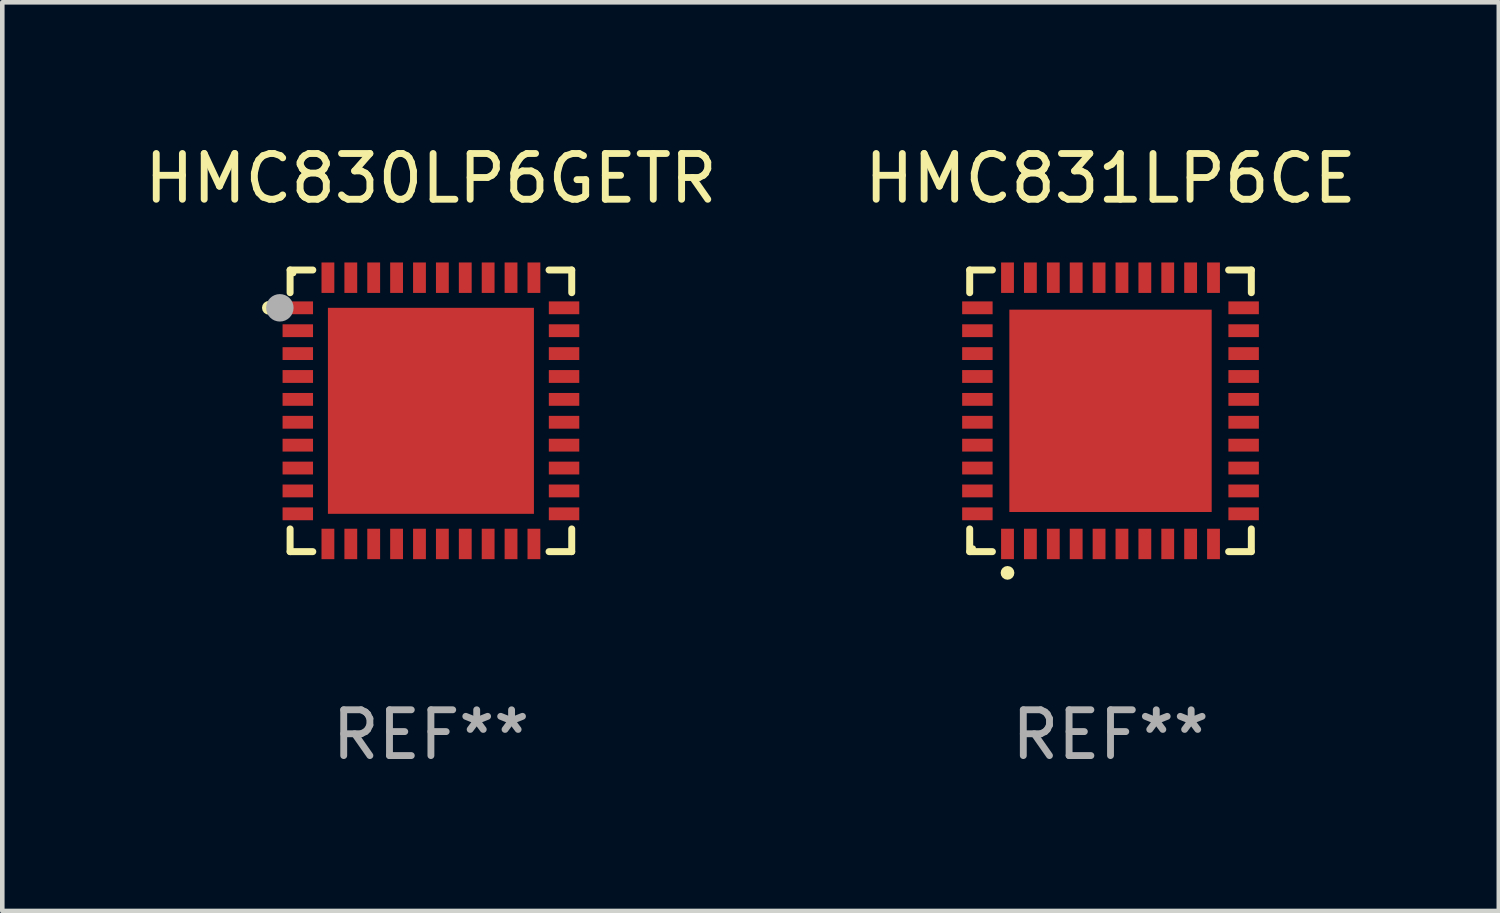
<source format=kicad_pcb>
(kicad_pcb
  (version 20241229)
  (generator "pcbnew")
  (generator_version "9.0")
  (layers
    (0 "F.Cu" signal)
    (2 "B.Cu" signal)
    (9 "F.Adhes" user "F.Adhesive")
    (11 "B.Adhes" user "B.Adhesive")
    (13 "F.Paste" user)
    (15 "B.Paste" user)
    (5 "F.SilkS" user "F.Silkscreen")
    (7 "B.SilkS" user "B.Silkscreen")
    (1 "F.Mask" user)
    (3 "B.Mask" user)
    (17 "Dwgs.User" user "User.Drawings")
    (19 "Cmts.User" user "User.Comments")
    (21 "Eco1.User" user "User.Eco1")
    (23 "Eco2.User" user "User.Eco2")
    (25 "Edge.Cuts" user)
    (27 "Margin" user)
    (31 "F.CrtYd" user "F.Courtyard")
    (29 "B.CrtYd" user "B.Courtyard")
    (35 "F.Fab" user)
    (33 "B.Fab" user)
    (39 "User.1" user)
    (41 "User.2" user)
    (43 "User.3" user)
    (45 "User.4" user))
  (footprint "HMC831LP6CE"
    (layer "F.Cu")
    (at 21.208 5.924)
    (property "Reference" "HMC831LP6CE" (at 0 -5.076 0) (layer "F.SilkS") (effects (font (size 1 1) (thickness 0.15))))
    (attr through_hole)
    (fp_line (start -3.076 -3.076) (end -2.58 -3.076) (stroke (width 0.152) (type solid)) (layer "F.SilkS"))
    (fp_line (start -3.076 -2.58) (end -3.076 -3.076) (stroke (width 0.152) (type solid)) (layer "F.SilkS"))
    (fp_line (start -3.076 2.58) (end -3.076 3.076) (stroke (width 0.152) (type solid)) (layer "F.SilkS"))
    (fp_line (start -3.076 3.076) (end -2.58 3.076) (stroke (width 0.152) (type solid)) (layer "F.SilkS"))
    (fp_line (start 3.076 -3.076) (end 2.58 -3.076) (stroke (width 0.152) (type solid)) (layer "F.SilkS"))
    (fp_line (start 3.076 -2.58) (end 3.076 -3.076) (stroke (width 0.152) (type solid)) (layer "F.SilkS"))
    (fp_line (start 3.076 2.58) (end 3.076 3.076) (stroke (width 0.152) (type solid)) (layer "F.SilkS"))
    (fp_line (start 3.076 3.076) (end 2.58 3.076) (stroke (width 0.152) (type solid)) (layer "F.SilkS"))
    (fp_circle (center -3 3) (end -2.97 3) (stroke (width 0.06) (type solid)) (fill no) (layer "F.SilkS"))
    (fp_circle (center -2.25 3.54) (end -2.175 3.54) (stroke (width 0.15) (type solid)) (fill no) (layer "F.SilkS"))
    (fp_text user "REF**" (at 0 7.076 0) (layer "F.Fab") (effects (font (size 1 1) (thickness 0.15))))
    (pad "1" smd rect (at -2.25 2.908) (size 0.28 0.665) (layers "F.Cu" "F.Mask" "F.Paste"))
    (pad "2" smd rect (at -1.75 2.908) (size 0.28 0.665) (layers "F.Cu" "F.Mask" "F.Paste"))
    (pad "3" smd rect (at -1.25 2.908) (size 0.28 0.665) (layers "F.Cu" "F.Mask" "F.Paste"))
    (pad "4" smd rect (at -0.75 2.908) (size 0.28 0.665) (layers "F.Cu" "F.Mask" "F.Paste"))
    (pad "5" smd rect (at -0.25 2.908) (size 0.28 0.665) (layers "F.Cu" "F.Mask" "F.Paste"))
    (pad "6" smd rect (at 0.25 2.908) (size 0.28 0.665) (layers "F.Cu" "F.Mask" "F.Paste"))
    (pad "7" smd rect (at 0.75 2.908) (size 0.28 0.665) (layers "F.Cu" "F.Mask" "F.Paste"))
    (pad "8" smd rect (at 1.25 2.908) (size 0.28 0.665) (layers "F.Cu" "F.Mask" "F.Paste"))
    (pad "9" smd rect (at 1.75 2.908) (size 0.28 0.665) (layers "F.Cu" "F.Mask" "F.Paste"))
    (pad "10" smd rect (at 2.25 2.908) (size 0.28 0.665) (layers "F.Cu" "F.Mask" "F.Paste"))
    (pad "11" smd rect (at 2.908 2.25) (size 0.665 0.28) (layers "F.Cu" "F.Mask" "F.Paste"))
    (pad "12" smd rect (at 2.908 1.75) (size 0.665 0.28) (layers "F.Cu" "F.Mask" "F.Paste"))
    (pad "13" smd rect (at 2.908 1.25) (size 0.665 0.28) (layers "F.Cu" "F.Mask" "F.Paste"))
    (pad "14" smd rect (at 2.908 0.75) (size 0.665 0.28) (layers "F.Cu" "F.Mask" "F.Paste"))
    (pad "15" smd rect (at 2.908 0.25) (size 0.665 0.28) (layers "F.Cu" "F.Mask" "F.Paste"))
    (pad "16" smd rect (at 2.908 -0.25) (size 0.665 0.28) (layers "F.Cu" "F.Mask" "F.Paste"))
    (pad "17" smd rect (at 2.908 -0.75) (size 0.665 0.28) (layers "F.Cu" "F.Mask" "F.Paste"))
    (pad "18" smd rect (at 2.908 -1.25) (size 0.665 0.28) (layers "F.Cu" "F.Mask" "F.Paste"))
    (pad "19" smd rect (at 2.908 -1.75) (size 0.665 0.28) (layers "F.Cu" "F.Mask" "F.Paste"))
    (pad "20" smd rect (at 2.908 -2.25) (size 0.665 0.28) (layers "F.Cu" "F.Mask" "F.Paste"))
    (pad "21" smd rect (at 2.25 -2.908) (size 0.28 0.665) (layers "F.Cu" "F.Mask" "F.Paste"))
    (pad "22" smd rect (at 1.75 -2.908) (size 0.28 0.665) (layers "F.Cu" "F.Mask" "F.Paste"))
    (pad "23" smd rect (at 1.25 -2.908) (size 0.28 0.665) (layers "F.Cu" "F.Mask" "F.Paste"))
    (pad "24" smd rect (at 0.75 -2.908) (size 0.28 0.665) (layers "F.Cu" "F.Mask" "F.Paste"))
    (pad "25" smd rect (at 0.25 -2.908) (size 0.28 0.665) (layers "F.Cu" "F.Mask" "F.Paste"))
    (pad "26" smd rect (at -0.25 -2.908) (size 0.28 0.665) (layers "F.Cu" "F.Mask" "F.Paste"))
    (pad "27" smd rect (at -0.75 -2.908) (size 0.28 0.665) (layers "F.Cu" "F.Mask" "F.Paste"))
    (pad "28" smd rect (at -1.25 -2.908) (size 0.28 0.665) (layers "F.Cu" "F.Mask" "F.Paste"))
    (pad "29" smd rect (at -1.75 -2.908) (size 0.28 0.665) (layers "F.Cu" "F.Mask" "F.Paste"))
    (pad "30" smd rect (at -2.25 -2.908) (size 0.28 0.665) (layers "F.Cu" "F.Mask" "F.Paste"))
    (pad "31" smd rect (at -2.908 -2.25) (size 0.665 0.28) (layers "F.Cu" "F.Mask" "F.Paste"))
    (pad "32" smd rect (at -2.908 -1.75) (size 0.665 0.28) (layers "F.Cu" "F.Mask" "F.Paste"))
    (pad "33" smd rect (at -2.908 -1.25) (size 0.665 0.28) (layers "F.Cu" "F.Mask" "F.Paste"))
    (pad "34" smd rect (at -2.908 -0.75) (size 0.665 0.28) (layers "F.Cu" "F.Mask" "F.Paste"))
    (pad "35" smd rect (at -2.908 -0.25) (size 0.665 0.28) (layers "F.Cu" "F.Mask" "F.Paste"))
    (pad "36" smd rect (at -2.908 0.25) (size 0.665 0.28) (layers "F.Cu" "F.Mask" "F.Paste"))
    (pad "37" smd rect (at -2.908 0.75) (size 0.665 0.28) (layers "F.Cu" "F.Mask" "F.Paste"))
    (pad "38" smd rect (at -2.908 1.25) (size 0.665 0.28) (layers "F.Cu" "F.Mask" "F.Paste"))
    (pad "39" smd rect (at -2.908 1.75) (size 0.665 0.28) (layers "F.Cu" "F.Mask" "F.Paste"))
    (pad "40" smd rect (at -2.908 2.25) (size 0.665 0.28) (layers "F.Cu" "F.Mask" "F.Paste"))
    (pad "41" smd rect (at 0 0) (size 4.42 4.42) (layers "F.Cu" "F.Mask" "F.Paste")))
  (footprint "HMC830LP6GETR"
    (layer "F.Cu")
    (at 6.363 5.924)
    (property "Reference" "HMC830LP6GETR" (at 0 -5.076 0) (layer "F.SilkS") (effects (font (size 1 1) (thickness 0.15))))
    (attr through_hole)
    (fp_line (start -3.076 -3.076) (end -3.076 -2.58) (stroke (width 0.152) (type solid)) (layer "F.SilkS"))
    (fp_line (start -3.076 3.076) (end -3.076 2.58) (stroke (width 0.152) (type solid)) (layer "F.SilkS"))
    (fp_line (start -2.58 -3.076) (end -3.076 -3.076) (stroke (width 0.152) (type solid)) (layer "F.SilkS"))
    (fp_line (start -2.58 3.076) (end -3.076 3.076) (stroke (width 0.152) (type solid)) (layer "F.SilkS"))
    (fp_line (start 2.58 -3.076) (end 3.076 -3.076) (stroke (width 0.152) (type solid)) (layer "F.SilkS"))
    (fp_line (start 2.58 3.076) (end 3.076 3.076) (stroke (width 0.152) (type solid)) (layer "F.SilkS"))
    (fp_line (start 3.076 -3.076) (end 3.076 -2.58) (stroke (width 0.152) (type solid)) (layer "F.SilkS"))
    (fp_line (start 3.076 3.076) (end 3.076 2.58) (stroke (width 0.152) (type solid)) (layer "F.SilkS"))
    (fp_circle (center -3.54 -2.25) (end -3.465 -2.25) (stroke (width 0.15) (type solid)) (fill no) (layer "F.SilkS"))
    (fp_circle (center -3 -3) (end -2.97 -3) (stroke (width 0.06) (type solid)) (fill no) (layer "F.SilkS"))
    (fp_circle (center -3.3 -2.25) (end -3.15 -2.25) (stroke (width 0.3) (type solid)) (fill no) (layer "F.Fab"))
    (fp_text user "REF**" (at 0 7.076 0) (layer "F.Fab") (effects (font (size 1 1) (thickness 0.15))))
    (pad "1" smd rect (at -2.908 -2.25) (size 0.665 0.28) (layers "F.Cu" "F.Mask" "F.Paste"))
    (pad "2" smd rect (at -2.908 -1.75) (size 0.665 0.28) (layers "F.Cu" "F.Mask" "F.Paste"))
    (pad "3" smd rect (at -2.908 -1.25) (size 0.665 0.28) (layers "F.Cu" "F.Mask" "F.Paste"))
    (pad "4" smd rect (at -2.908 -0.75) (size 0.665 0.28) (layers "F.Cu" "F.Mask" "F.Paste"))
    (pad "5" smd rect (at -2.908 -0.25) (size 0.665 0.28) (layers "F.Cu" "F.Mask" "F.Paste"))
    (pad "6" smd rect (at -2.908 0.25) (size 0.665 0.28) (layers "F.Cu" "F.Mask" "F.Paste"))
    (pad "7" smd rect (at -2.908 0.75) (size 0.665 0.28) (layers "F.Cu" "F.Mask" "F.Paste"))
    (pad "8" smd rect (at -2.908 1.25) (size 0.665 0.28) (layers "F.Cu" "F.Mask" "F.Paste"))
    (pad "9" smd rect (at -2.908 1.75) (size 0.665 0.28) (layers "F.Cu" "F.Mask" "F.Paste"))
    (pad "10" smd rect (at -2.908 2.25) (size 0.665 0.28) (layers "F.Cu" "F.Mask" "F.Paste"))
    (pad "11" smd rect (at -2.25 2.908) (size 0.28 0.665) (layers "F.Cu" "F.Mask" "F.Paste"))
    (pad "12" smd rect (at -1.75 2.908) (size 0.28 0.665) (layers "F.Cu" "F.Mask" "F.Paste"))
    (pad "13" smd rect (at -1.25 2.908) (size 0.28 0.665) (layers "F.Cu" "F.Mask" "F.Paste"))
    (pad "14" smd rect (at -0.75 2.908) (size 0.28 0.665) (layers "F.Cu" "F.Mask" "F.Paste"))
    (pad "15" smd rect (at -0.25 2.908) (size 0.28 0.665) (layers "F.Cu" "F.Mask" "F.Paste"))
    (pad "16" smd rect (at 0.25 2.908) (size 0.28 0.665) (layers "F.Cu" "F.Mask" "F.Paste"))
    (pad "17" smd rect (at 0.75 2.908) (size 0.28 0.665) (layers "F.Cu" "F.Mask" "F.Paste"))
    (pad "18" smd rect (at 1.25 2.908) (size 0.28 0.665) (layers "F.Cu" "F.Mask" "F.Paste"))
    (pad "19" smd rect (at 1.75 2.908) (size 0.28 0.665) (layers "F.Cu" "F.Mask" "F.Paste"))
    (pad "20" smd rect (at 2.25 2.908) (size 0.28 0.665) (layers "F.Cu" "F.Mask" "F.Paste"))
    (pad "21" smd rect (at 2.908 2.25) (size 0.665 0.28) (layers "F.Cu" "F.Mask" "F.Paste"))
    (pad "22" smd rect (at 2.908 1.75) (size 0.665 0.28) (layers "F.Cu" "F.Mask" "F.Paste"))
    (pad "23" smd rect (at 2.908 1.25) (size 0.665 0.28) (layers "F.Cu" "F.Mask" "F.Paste"))
    (pad "24" smd rect (at 2.908 0.75) (size 0.665 0.28) (layers "F.Cu" "F.Mask" "F.Paste"))
    (pad "25" smd rect (at 2.908 0.25) (size 0.665 0.28) (layers "F.Cu" "F.Mask" "F.Paste"))
    (pad "26" smd rect (at 2.908 -0.25) (size 0.665 0.28) (layers "F.Cu" "F.Mask" "F.Paste"))
    (pad "27" smd rect (at 2.908 -0.75) (size 0.665 0.28) (layers "F.Cu" "F.Mask" "F.Paste"))
    (pad "28" smd rect (at 2.908 -1.25) (size 0.665 0.28) (layers "F.Cu" "F.Mask" "F.Paste"))
    (pad "29" smd rect (at 2.908 -1.75) (size 0.665 0.28) (layers "F.Cu" "F.Mask" "F.Paste"))
    (pad "30" smd rect (at 2.908 -2.25) (size 0.665 0.28) (layers "F.Cu" "F.Mask" "F.Paste"))
    (pad "31" smd rect (at 2.25 -2.908) (size 0.28 0.665) (layers "F.Cu" "F.Mask" "F.Paste"))
    (pad "32" smd rect (at 1.75 -2.908) (size 0.28 0.665) (layers "F.Cu" "F.Mask" "F.Paste"))
    (pad "33" smd rect (at 1.25 -2.908) (size 0.28 0.665) (layers "F.Cu" "F.Mask" "F.Paste"))
    (pad "34" smd rect (at 0.75 -2.908) (size 0.28 0.665) (layers "F.Cu" "F.Mask" "F.Paste"))
    (pad "35" smd rect (at 0.25 -2.908) (size 0.28 0.665) (layers "F.Cu" "F.Mask" "F.Paste"))
    (pad "36" smd rect (at -0.25 -2.908) (size 0.28 0.665) (layers "F.Cu" "F.Mask" "F.Paste"))
    (pad "37" smd rect (at -0.75 -2.908) (size 0.28 0.665) (layers "F.Cu" "F.Mask" "F.Paste"))
    (pad "38" smd rect (at -1.25 -2.908) (size 0.28 0.665) (layers "F.Cu" "F.Mask" "F.Paste"))
    (pad "39" smd rect (at -1.75 -2.908) (size 0.28 0.665) (layers "F.Cu" "F.Mask" "F.Paste"))
    (pad "40" smd rect (at -2.25 -2.908) (size 0.28 0.665) (layers "F.Cu" "F.Mask" "F.Paste"))
    (pad "41" smd rect (at 0 0) (size 4.5 4.5) (layers "F.Cu" "F.Mask" "F.Paste")))
  (gr_rect
    (start -3 -3)
    (end 29.69 16.849)
    (stroke (width 0.1) (type default))
    (fill no)
    (layer "Edge.Cuts")))
</source>
